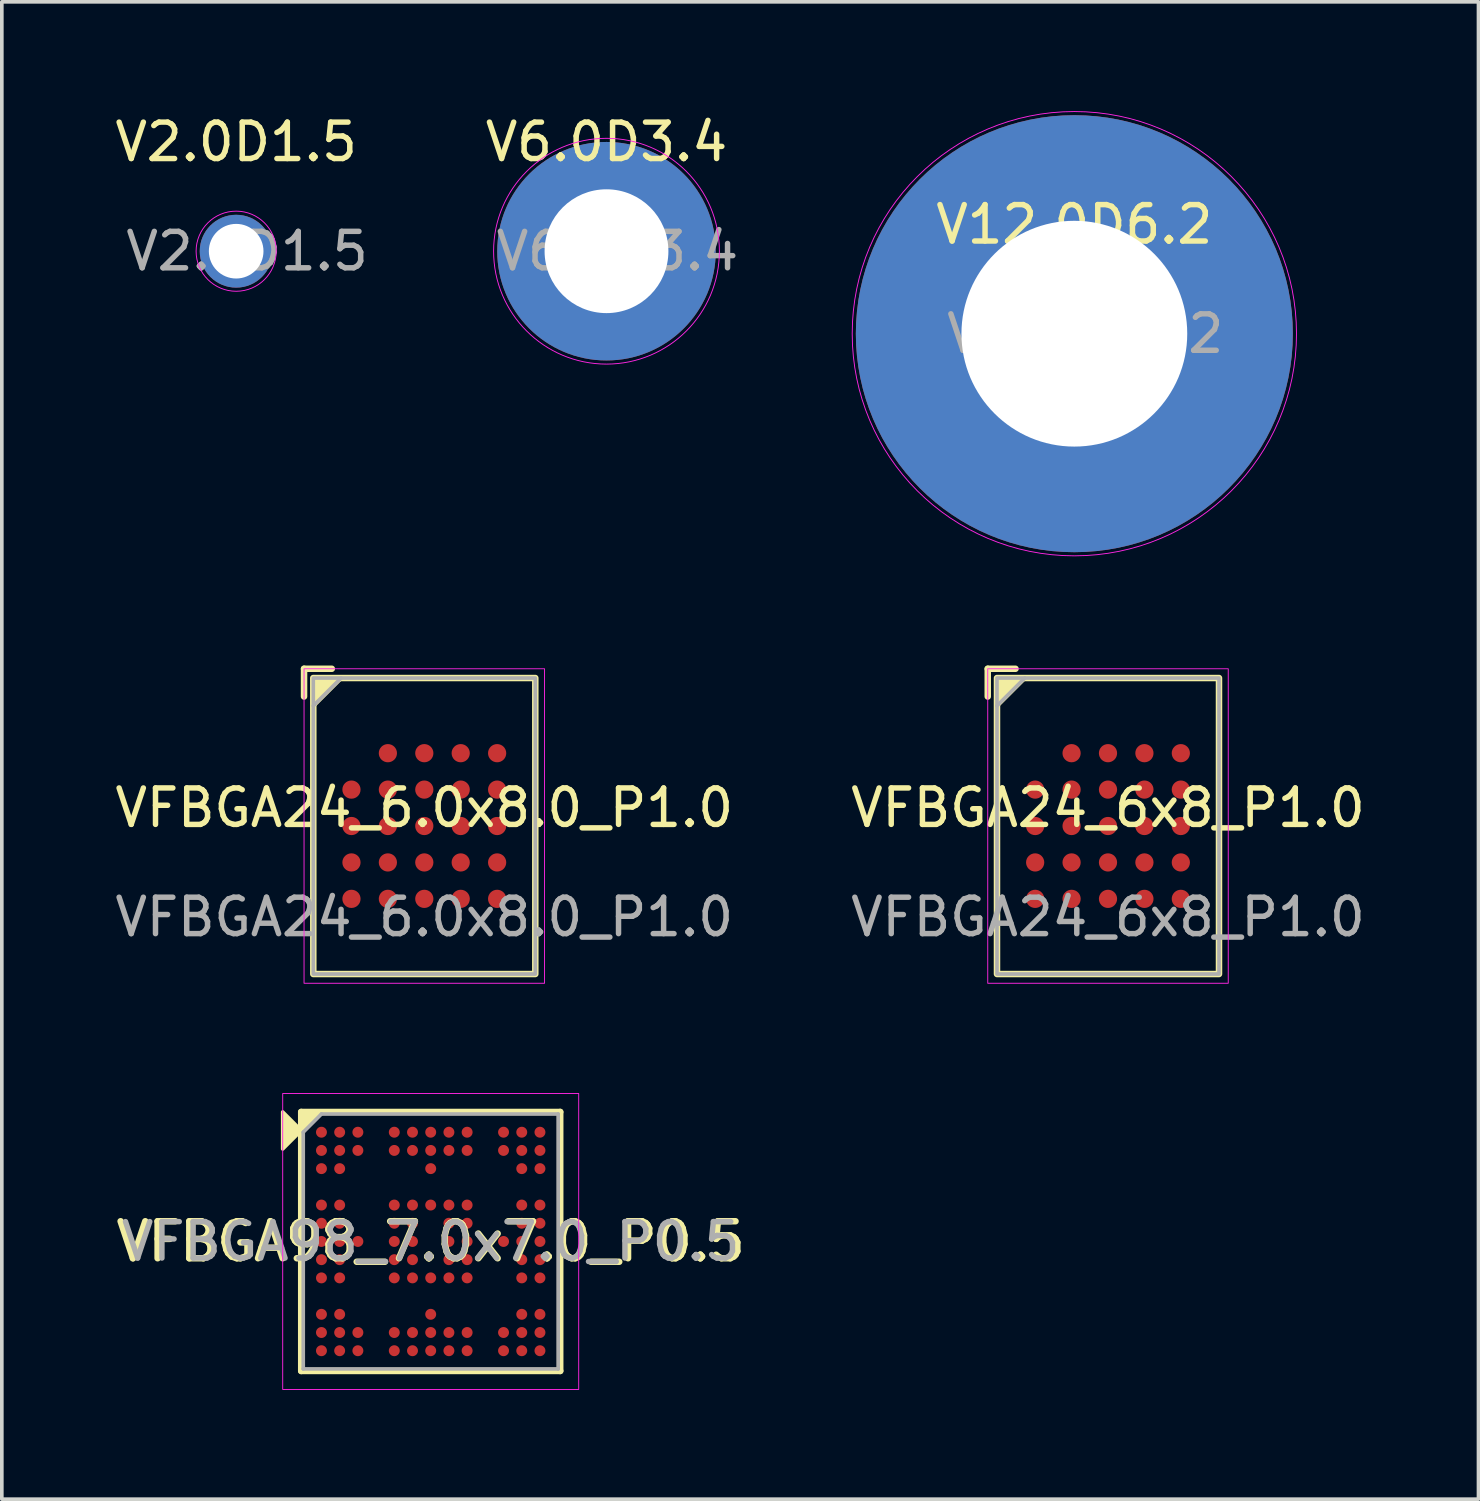
<source format=kicad_pcb>
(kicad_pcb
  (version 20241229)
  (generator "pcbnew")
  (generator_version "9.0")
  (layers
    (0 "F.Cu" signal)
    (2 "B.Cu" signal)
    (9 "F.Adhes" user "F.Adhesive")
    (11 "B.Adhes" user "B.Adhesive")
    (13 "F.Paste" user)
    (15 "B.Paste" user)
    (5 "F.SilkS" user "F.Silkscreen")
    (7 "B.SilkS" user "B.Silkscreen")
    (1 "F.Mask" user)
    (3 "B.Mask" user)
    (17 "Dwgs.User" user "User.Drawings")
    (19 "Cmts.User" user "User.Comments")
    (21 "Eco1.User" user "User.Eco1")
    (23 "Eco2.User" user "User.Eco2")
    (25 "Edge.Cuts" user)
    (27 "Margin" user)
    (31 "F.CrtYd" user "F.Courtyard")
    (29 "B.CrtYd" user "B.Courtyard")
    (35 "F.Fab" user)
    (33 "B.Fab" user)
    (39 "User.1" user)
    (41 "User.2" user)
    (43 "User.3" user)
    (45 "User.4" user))
  (footprint "V12.0D6.2"
    (layer "F.Cu")
    (at 26.451 6.113)
    (property "Reference" "V12.0D6.2" (at 0 -3 0) (layer "F.SilkS") (effects (font (size 1 1) (thickness 0.15))))
    (attr exclude_from_pos_files exclude_from_bom)
    (fp_circle (center 0 0) (end 6.1 0) (stroke (width 0.025) (type solid)) (fill no) (layer "F.CrtYd"))
    (fp_text user "${REFERENCE}" (at 0.3 0 0) (layer "F.Fab") (effects (font (size 1 1) (thickness 0.15))))
    (pad "1" thru_hole circle (at 0 0) (size 12 12) (drill 6.2) (layers "*.Cu" "*.Mask")))
  (footprint "V6.0D3.4"
    (layer "F.Cu")
    (at 13.604 3.848)
    (property "Reference" "V6.0D3.4" (at 0 -3 0) (layer "F.SilkS") (effects (font (size 1 1) (thickness 0.15))))
    (attr exclude_from_pos_files exclude_from_bom)
    (fp_circle (center 0 0) (end 3.1 0) (stroke (width 0.025) (type solid)) (fill no) (layer "F.CrtYd"))
    (fp_text user "${REFERENCE}" (at 0.3 0 0) (layer "F.Fab") (effects (font (size 1 1) (thickness 0.15))))
    (pad "1" thru_hole circle (at 0 0) (size 6 6) (drill 3.4) (layers "*.Cu" "*.Mask")))
  (footprint "VFBGA98_7.0x7.0_P0.5"
    (layer "F.Cu")
    (at 8.777 31.04)
    (property "Reference" "VFBGA98_7.0x7.0_P0.5" (at 0 0 0) (layer "F.SilkS") (effects (font (size 1.016 1.016) (thickness 0.178))))
    (attr smd)
    (fp_line (start -3.556 3.556) (end -3.556 -3.556) (stroke (width 0.178) (type solid)) (layer "F.SilkS"))
    (fp_line (start -3.556 3.556) (end 3.556 3.556) (stroke (width 0.178) (type solid)) (layer "F.SilkS"))
    (fp_line (start 3.556 -3.556) (end -3.556 -3.556) (stroke (width 0.178) (type solid)) (layer "F.SilkS"))
    (fp_line (start 3.556 -3.556) (end 3.556 3.556) (stroke (width 0.178) (type solid)) (layer "F.SilkS"))
    (fp_poly (pts (xy -3.556 -3.048) (xy -4.064 -2.54) (xy -4.064 -3.556)) (stroke (width 0.1) (type solid)) (fill yes) (layer "F.SilkS"))
    (fp_poly (pts (xy -3.556 -3.048) (xy -3.556 -3.556) (xy -3.048 -3.556)) (stroke (width 0.1) (type solid)) (fill yes) (layer "F.SilkS"))
    (fp_rect (start -4.064 -4.064) (end 4.064 4.064) (stroke (width 0.025) (type solid)) (fill no) (layer "F.CrtYd"))
    (fp_line (start -3.5 -3) (end -3.5 3.5) (stroke (width 0.1) (type solid)) (layer "F.Fab"))
    (fp_line (start -3.5 -3) (end -3 -3.5) (stroke (width 0.1) (type solid)) (layer "F.Fab"))
    (fp_line (start -3.5 3.5) (end 3.5 3.5) (stroke (width 0.1) (type solid)) (layer "F.Fab"))
    (fp_line (start -3 -3.5) (end 3.5 -3.5) (stroke (width 0.1) (type solid)) (layer "F.Fab"))
    (fp_line (start 3.5 -3.5) (end 3.5 3.5) (stroke (width 0.1) (type solid)) (layer "F.Fab"))
    (fp_text user "${REFERENCE}" (at 0 0 0) (layer "F.Fab") (effects (font (size 1 1) (thickness 0.15))))
    (pad "A1" smd circle (at -3 -3) (size 0.3 0.3) (layers "F.Cu" "F.Mask" "F.Paste"))
    (pad "A2" smd circle (at -2.5 -3) (size 0.3 0.3) (layers "F.Cu" "F.Mask" "F.Paste"))
    (pad "A3" smd circle (at -2 -3) (size 0.3 0.3) (layers "F.Cu" "F.Mask" "F.Paste"))
    (pad "A5" smd circle (at -1 -3) (size 0.3 0.3) (layers "F.Cu" "F.Mask" "F.Paste"))
    (pad "A6" smd circle (at -0.5 -3) (size 0.3 0.3) (layers "F.Cu" "F.Mask" "F.Paste"))
    (pad "A7" smd circle (at 0 -3) (size 0.3 0.3) (layers "F.Cu" "F.Mask" "F.Paste"))
    (pad "A8" smd circle (at 0.5 -3) (size 0.3 0.3) (layers "F.Cu" "F.Mask" "F.Paste"))
    (pad "A9" smd circle (at 1 -3) (size 0.3 0.3) (layers "F.Cu" "F.Mask" "F.Paste"))
    (pad "A11" smd circle (at 2 -3) (size 0.3 0.3) (layers "F.Cu" "F.Mask" "F.Paste"))
    (pad "A12" smd circle (at 2.5 -3) (size 0.3 0.3) (layers "F.Cu" "F.Mask" "F.Paste"))
    (pad "A13" smd circle (at 3 -3) (size 0.3 0.3) (layers "F.Cu" "F.Mask" "F.Paste"))
    (pad "B1" smd circle (at -3 -2.5) (size 0.3 0.3) (layers "F.Cu" "F.Mask" "F.Paste"))
    (pad "B2" smd circle (at -2.5 -2.5) (size 0.3 0.3) (layers "F.Cu" "F.Mask" "F.Paste"))
    (pad "B3" smd circle (at -2 -2.5) (size 0.3 0.3) (layers "F.Cu" "F.Mask" "F.Paste"))
    (pad "B5" smd circle (at -1 -2.5) (size 0.3 0.3) (layers "F.Cu" "F.Mask" "F.Paste"))
    (pad "B6" smd circle (at -0.5 -2.5) (size 0.3 0.3) (layers "F.Cu" "F.Mask" "F.Paste"))
    (pad "B7" smd circle (at 0 -2.5) (size 0.3 0.3) (layers "F.Cu" "F.Mask" "F.Paste"))
    (pad "B8" smd circle (at 0.5 -2.5) (size 0.3 0.3) (layers "F.Cu" "F.Mask" "F.Paste"))
    (pad "B9" smd circle (at 1 -2.5) (size 0.3 0.3) (layers "F.Cu" "F.Mask" "F.Paste"))
    (pad "B11" smd circle (at 2 -2.5) (size 0.3 0.3) (layers "F.Cu" "F.Mask" "F.Paste"))
    (pad "B12" smd circle (at 2.5 -2.5) (size 0.3 0.3) (layers "F.Cu" "F.Mask" "F.Paste"))
    (pad "B13" smd circle (at 3 -2.5) (size 0.3 0.3) (layers "F.Cu" "F.Mask" "F.Paste"))
    (pad "C1" smd circle (at -3 -2) (size 0.3 0.3) (layers "F.Cu" "F.Mask" "F.Paste"))
    (pad "C2" smd circle (at -2.5 -2) (size 0.3 0.3) (layers "F.Cu" "F.Mask" "F.Paste"))
    (pad "C7" smd circle (at 0 -2) (size 0.3 0.3) (layers "F.Cu" "F.Mask" "F.Paste"))
    (pad "C12" smd circle (at 2.5 -2) (size 0.3 0.3) (layers "F.Cu" "F.Mask" "F.Paste"))
    (pad "C13" smd circle (at 3 -2) (size 0.3 0.3) (layers "F.Cu" "F.Mask" "F.Paste"))
    (pad "E1" smd circle (at -3 -1) (size 0.3 0.3) (layers "F.Cu" "F.Mask" "F.Paste"))
    (pad "E2" smd circle (at -2.5 -1) (size 0.3 0.3) (layers "F.Cu" "F.Mask" "F.Paste"))
    (pad "E5" smd circle (at -1 -1) (size 0.3 0.3) (layers "F.Cu" "F.Mask" "F.Paste"))
    (pad "E6" smd circle (at -0.5 -1) (size 0.3 0.3) (layers "F.Cu" "F.Mask" "F.Paste"))
    (pad "E7" smd circle (at 0 -1) (size 0.3 0.3) (layers "F.Cu" "F.Mask" "F.Paste"))
    (pad "E8" smd circle (at 0.5 -1) (size 0.3 0.3) (layers "F.Cu" "F.Mask" "F.Paste"))
    (pad "E9" smd circle (at 1 -1) (size 0.3 0.3) (layers "F.Cu" "F.Mask" "F.Paste"))
    (pad "E12" smd circle (at 2.5 -1) (size 0.3 0.3) (layers "F.Cu" "F.Mask" "F.Paste"))
    (pad "E13" smd circle (at 3 -1) (size 0.3 0.3) (layers "F.Cu" "F.Mask" "F.Paste"))
    (pad "F1" smd circle (at -3 -0.5) (size 0.3 0.3) (layers "F.Cu" "F.Mask" "F.Paste"))
    (pad "F2" smd circle (at -2.5 -0.5) (size 0.3 0.3) (layers "F.Cu" "F.Mask" "F.Paste"))
    (pad "F5" smd circle (at -1 -0.5) (size 0.3 0.3) (layers "F.Cu" "F.Mask" "F.Paste"))
    (pad "F6" smd circle (at -0.5 -0.5) (size 0.3 0.3) (layers "F.Cu" "F.Mask" "F.Paste"))
    (pad "F8" smd circle (at 0.5 -0.5) (size 0.3 0.3) (layers "F.Cu" "F.Mask" "F.Paste"))
    (pad "F9" smd circle (at 1 -0.5) (size 0.3 0.3) (layers "F.Cu" "F.Mask" "F.Paste"))
    (pad "F12" smd circle (at 2.5 -0.5) (size 0.3 0.3) (layers "F.Cu" "F.Mask" "F.Paste"))
    (pad "F13" smd circle (at 3 -0.5) (size 0.3 0.3) (layers "F.Cu" "F.Mask" "F.Paste"))
    (pad "G1" smd circle (at -3 0) (size 0.3 0.3) (layers "F.Cu" "F.Mask" "F.Paste"))
    (pad "G2" smd circle (at -2.5 0) (size 0.3 0.3) (layers "F.Cu" "F.Mask" "F.Paste"))
    (pad "G3" smd circle (at -2 0) (size 0.3 0.3) (layers "F.Cu" "F.Mask" "F.Paste"))
    (pad "G5" smd circle (at -1 0) (size 0.3 0.3) (layers "F.Cu" "F.Mask" "F.Paste"))
    (pad "G6" smd circle (at -0.5 0) (size 0.3 0.3) (layers "F.Cu" "F.Mask" "F.Paste"))
    (pad "G8" smd circle (at 0.5 0) (size 0.3 0.3) (layers "F.Cu" "F.Mask" "F.Paste"))
    (pad "G9" smd circle (at 1 0) (size 0.3 0.3) (layers "F.Cu" "F.Mask" "F.Paste"))
    (pad "G11" smd circle (at 2 0) (size 0.3 0.3) (layers "F.Cu" "F.Mask" "F.Paste"))
    (pad "G12" smd circle (at 2.5 0) (size 0.3 0.3) (layers "F.Cu" "F.Mask" "F.Paste"))
    (pad "G13" smd circle (at 3 0) (size 0.3 0.3) (layers "F.Cu" "F.Mask" "F.Paste"))
    (pad "H1" smd circle (at -3 0.5) (size 0.3 0.3) (layers "F.Cu" "F.Mask" "F.Paste"))
    (pad "H2" smd circle (at -2.5 0.5) (size 0.3 0.3) (layers "F.Cu" "F.Mask" "F.Paste"))
    (pad "H5" smd circle (at -1 0.5) (size 0.3 0.3) (layers "F.Cu" "F.Mask" "F.Paste"))
    (pad "H6" smd circle (at -0.5 0.5) (size 0.3 0.3) (layers "F.Cu" "F.Mask" "F.Paste"))
    (pad "H8" smd circle (at 0.5 0.5) (size 0.3 0.3) (layers "F.Cu" "F.Mask" "F.Paste"))
    (pad "H9" smd circle (at 1 0.5) (size 0.3 0.3) (layers "F.Cu" "F.Mask" "F.Paste"))
    (pad "H12" smd circle (at 2.5 0.5) (size 0.3 0.3) (layers "F.Cu" "F.Mask" "F.Paste"))
    (pad "H13" smd circle (at 3 0.5) (size 0.3 0.3) (layers "F.Cu" "F.Mask" "F.Paste"))
    (pad "J1" smd circle (at -3 1) (size 0.3 0.3) (layers "F.Cu" "F.Mask" "F.Paste"))
    (pad "J2" smd circle (at -2.5 1) (size 0.3 0.3) (layers "F.Cu" "F.Mask" "F.Paste"))
    (pad "J5" smd circle (at -1 1) (size 0.3 0.3) (layers "F.Cu" "F.Mask" "F.Paste"))
    (pad "J6" smd circle (at -0.5 1) (size 0.3 0.3) (layers "F.Cu" "F.Mask" "F.Paste"))
    (pad "J7" smd circle (at 0 1) (size 0.3 0.3) (layers "F.Cu" "F.Mask" "F.Paste"))
    (pad "J8" smd circle (at 0.5 1) (size 0.3 0.3) (layers "F.Cu" "F.Mask" "F.Paste"))
    (pad "J9" smd circle (at 1 1) (size 0.3 0.3) (layers "F.Cu" "F.Mask" "F.Paste"))
    (pad "J12" smd circle (at 2.5 1) (size 0.3 0.3) (layers "F.Cu" "F.Mask" "F.Paste"))
    (pad "J13" smd circle (at 3 1) (size 0.3 0.3) (layers "F.Cu" "F.Mask" "F.Paste"))
    (pad "L1" smd circle (at -3 2) (size 0.3 0.3) (layers "F.Cu" "F.Mask" "F.Paste"))
    (pad "L2" smd circle (at -2.5 2) (size 0.3 0.3) (layers "F.Cu" "F.Mask" "F.Paste"))
    (pad "L7" smd circle (at 0 2) (size 0.3 0.3) (layers "F.Cu" "F.Mask" "F.Paste"))
    (pad "L12" smd circle (at 2.5 2) (size 0.3 0.3) (layers "F.Cu" "F.Mask" "F.Paste"))
    (pad "L13" smd circle (at 3 2) (size 0.3 0.3) (layers "F.Cu" "F.Mask" "F.Paste"))
    (pad "M1" smd circle (at -3 2.5) (size 0.3 0.3) (layers "F.Cu" "F.Mask" "F.Paste"))
    (pad "M2" smd circle (at -2.5 2.5) (size 0.3 0.3) (layers "F.Cu" "F.Mask" "F.Paste"))
    (pad "M3" smd circle (at -2 2.5) (size 0.3 0.3) (layers "F.Cu" "F.Mask" "F.Paste"))
    (pad "M5" smd circle (at -1 2.5) (size 0.3 0.3) (layers "F.Cu" "F.Mask" "F.Paste"))
    (pad "M6" smd circle (at -0.5 2.5) (size 0.3 0.3) (layers "F.Cu" "F.Mask" "F.Paste"))
    (pad "M7" smd circle (at 0 2.5) (size 0.3 0.3) (layers "F.Cu" "F.Mask" "F.Paste"))
    (pad "M8" smd circle (at 0.5 2.5) (size 0.3 0.3) (layers "F.Cu" "F.Mask" "F.Paste"))
    (pad "M9" smd circle (at 1 2.5) (size 0.3 0.3) (layers "F.Cu" "F.Mask" "F.Paste"))
    (pad "M11" smd circle (at 2 2.5) (size 0.3 0.3) (layers "F.Cu" "F.Mask" "F.Paste"))
    (pad "M12" smd circle (at 2.5 2.5) (size 0.3 0.3) (layers "F.Cu" "F.Mask" "F.Paste"))
    (pad "M13" smd circle (at 3 2.5) (size 0.3 0.3) (layers "F.Cu" "F.Mask" "F.Paste"))
    (pad "N1" smd circle (at -3 3) (size 0.3 0.3) (layers "F.Cu" "F.Mask" "F.Paste"))
    (pad "N2" smd circle (at -2.5 3) (size 0.3 0.3) (layers "F.Cu" "F.Mask" "F.Paste"))
    (pad "N3" smd circle (at -2 3) (size 0.3 0.3) (layers "F.Cu" "F.Mask" "F.Paste"))
    (pad "N5" smd circle (at -1 3) (size 0.3 0.3) (layers "F.Cu" "F.Mask" "F.Paste"))
    (pad "N6" smd circle (at -0.5 3) (size 0.3 0.3) (layers "F.Cu" "F.Mask" "F.Paste"))
    (pad "N7" smd circle (at 0 3) (size 0.3 0.3) (layers "F.Cu" "F.Mask" "F.Paste"))
    (pad "N8" smd circle (at 0.5 3) (size 0.3 0.3) (layers "F.Cu" "F.Mask" "F.Paste"))
    (pad "N9" smd circle (at 1 3) (size 0.3 0.3) (layers "F.Cu" "F.Mask" "F.Paste"))
    (pad "N11" smd circle (at 2 3) (size 0.3 0.3) (layers "F.Cu" "F.Mask" "F.Paste"))
    (pad "N12" smd circle (at 2.5 3) (size 0.3 0.3) (layers "F.Cu" "F.Mask" "F.Paste"))
    (pad "N13" smd circle (at 3 3) (size 0.3 0.3) (layers "F.Cu" "F.Mask" "F.Paste")))
  (footprint "V2.0D1.5"
    (layer "F.Cu")
    (at 3.435 3.848)
    (property "Reference" "V2.0D1.5" (at 0 -3 0) (layer "F.SilkS") (effects (font (size 1 1) (thickness 0.15))))
    (attr exclude_from_pos_files exclude_from_bom)
    (fp_circle (center 0 0) (end 1.1 0) (stroke (width 0.025) (type solid)) (fill no) (layer "F.CrtYd"))
    (fp_text user "${REFERENCE}" (at 0.3 0 0) (layer "F.Fab") (effects (font (size 1 1) (thickness 0.15))))
    (pad "1" thru_hole circle (at 0 0) (size 2 2) (drill 1.5) (layers "*.Cu" "*.Mask")))
  (footprint "VFBGA24_6.0x8.0_P1.0"
    (layer "F.Cu")
    (at 8.601 19.632)
    (property "Reference" "VFBGA24_6.0x8.0_P1.0" (at 0 -0.5 0) (unlocked yes) (layer "F.SilkS") (effects (font (size 1 1) (thickness 0.15))))
    (fp_line (start -3.302 -3.556) (end -3.302 -4.318) (stroke (width 0.178) (type solid)) (layer "F.SilkS"))
    (fp_line (start -2.54 -4.318) (end -3.302 -4.318) (stroke (width 0.178) (type solid)) (layer "F.SilkS"))
    (fp_rect (start -3.048 4.064) (end 3.048 -4.064) (stroke (width 0.178) (type solid)) (fill no) (layer "F.SilkS"))
    (fp_poly (pts (xy -3.048 -3.302) (xy -3.048 -4.064) (xy -2.286 -4.064)) (stroke (width 0.12) (type solid)) (fill yes) (layer "F.SilkS"))
    (fp_rect (start -3.302 4.318) (end 3.302 -4.318) (stroke (width 0.025) (type solid)) (fill no) (layer "F.CrtYd"))
    (fp_line (start -3.048 -3.302) (end -2.286 -4.064) (stroke (width 0.1) (type solid)) (layer "F.Fab"))
    (fp_rect (start -3.048 -4.064) (end 3.048 4.064) (stroke (width 0.1) (type solid)) (fill no) (layer "F.Fab"))
    (fp_text user "${REFERENCE}" (at 0 2.5 0) (unlocked yes) (layer "F.Fab") (effects (font (size 1 1) (thickness 0.15))))
    (pad "A2" smd circle (at -1 -2) (size 0.5 0.5) (layers "F.Cu" "F.Mask" "F.Paste"))
    (pad "A3" smd circle (at 0 -2) (size 0.5 0.5) (layers "F.Cu" "F.Mask" "F.Paste"))
    (pad "A4" smd circle (at 1 -2) (size 0.5 0.5) (layers "F.Cu" "F.Mask" "F.Paste"))
    (pad "A5" smd circle (at 2 -2) (size 0.5 0.5) (layers "F.Cu" "F.Mask" "F.Paste"))
    (pad "B1" smd circle (at -2 -1) (size 0.5 0.5) (layers "F.Cu" "F.Mask" "F.Paste"))
    (pad "B2" smd circle (at -1 -1) (size 0.5 0.5) (layers "F.Cu" "F.Mask" "F.Paste"))
    (pad "B3" smd circle (at 0 -1) (size 0.5 0.5) (layers "F.Cu" "F.Mask" "F.Paste"))
    (pad "B4" smd circle (at 1 -1) (size 0.5 0.5) (layers "F.Cu" "F.Mask" "F.Paste"))
    (pad "B5" smd circle (at 2 -1) (size 0.5 0.5) (layers "F.Cu" "F.Mask" "F.Paste"))
    (pad "C1" smd circle (at -2 0) (size 0.5 0.5) (layers "F.Cu" "F.Mask" "F.Paste"))
    (pad "C2" smd circle (at -1 0) (size 0.5 0.5) (layers "F.Cu" "F.Mask" "F.Paste"))
    (pad "C3" smd circle (at 0 0) (size 0.5 0.5) (layers "F.Cu" "F.Mask" "F.Paste"))
    (pad "C4" smd circle (at 1 0) (size 0.5 0.5) (layers "F.Cu" "F.Mask" "F.Paste"))
    (pad "C5" smd circle (at 2 0) (size 0.5 0.5) (layers "F.Cu" "F.Mask" "F.Paste"))
    (pad "D1" smd circle (at -2 1) (size 0.5 0.5) (layers "F.Cu" "F.Mask" "F.Paste"))
    (pad "D2" smd circle (at -1 1) (size 0.5 0.5) (layers "F.Cu" "F.Mask" "F.Paste"))
    (pad "D3" smd circle (at 0 1) (size 0.5 0.5) (layers "F.Cu" "F.Mask" "F.Paste"))
    (pad "D4" smd circle (at 1 1) (size 0.5 0.5) (layers "F.Cu" "F.Mask" "F.Paste"))
    (pad "D5" smd circle (at 2 1) (size 0.5 0.5) (layers "F.Cu" "F.Mask" "F.Paste"))
    (pad "E1" smd circle (at -2 2) (size 0.5 0.5) (layers "F.Cu" "F.Mask" "F.Paste"))
    (pad "E2" smd circle (at -1 2) (size 0.5 0.5) (layers "F.Cu" "F.Mask" "F.Paste"))
    (pad "E3" smd circle (at 0 2) (size 0.5 0.5) (layers "F.Cu" "F.Mask" "F.Paste"))
    (pad "E4" smd circle (at 1 2) (size 0.5 0.5) (layers "F.Cu" "F.Mask" "F.Paste"))
    (pad "E5" smd circle (at 2 2) (size 0.5 0.5) (layers "F.Cu" "F.Mask" "F.Paste")))
  (footprint "VFBGA24_6x8_P1.0"
    (layer "F.Cu")
    (at 27.375 19.632)
    (property "Reference" "VFBGA24_6x8_P1.0" (at 0 -0.5 0) (unlocked yes) (layer "F.SilkS") (effects (font (size 1 1) (thickness 0.15))))
    (fp_line (start -3.302 -3.556) (end -3.302 -4.318) (stroke (width 0.178) (type solid)) (layer "F.SilkS"))
    (fp_line (start -2.54 -4.318) (end -3.302 -4.318) (stroke (width 0.178) (type solid)) (layer "F.SilkS"))
    (fp_rect (start -3.048 4.064) (end 3.048 -4.064) (stroke (width 0.178) (type solid)) (fill no) (layer "F.SilkS"))
    (fp_poly (pts (xy -3.048 -3.302) (xy -3.048 -4.064) (xy -2.286 -4.064)) (stroke (width 0.12) (type solid)) (fill yes) (layer "F.SilkS"))
    (fp_rect (start -3.302 4.318) (end 3.302 -4.318) (stroke (width 0.025) (type solid)) (fill no) (layer "F.CrtYd"))
    (fp_line (start -3.048 -3.302) (end -2.286 -4.064) (stroke (width 0.1) (type solid)) (layer "F.Fab"))
    (fp_rect (start -3.048 -4.064) (end 3.048 4.064) (stroke (width 0.1) (type solid)) (fill no) (layer "F.Fab"))
    (fp_text user "${REFERENCE}" (at 0 2.5 0) (unlocked yes) (layer "F.Fab") (effects (font (size 1 1) (thickness 0.15))))
    (pad "A2" smd circle (at -1 -2) (size 0.5 0.5) (layers "F.Cu" "F.Mask" "F.Paste"))
    (pad "A3" smd circle (at 0 -2) (size 0.5 0.5) (layers "F.Cu" "F.Mask" "F.Paste"))
    (pad "A4" smd circle (at 1 -2) (size 0.5 0.5) (layers "F.Cu" "F.Mask" "F.Paste"))
    (pad "A5" smd circle (at 2 -2) (size 0.5 0.5) (layers "F.Cu" "F.Mask" "F.Paste"))
    (pad "B1" smd circle (at -2 -1) (size 0.5 0.5) (layers "F.Cu" "F.Mask" "F.Paste"))
    (pad "B2" smd circle (at -1 -1) (size 0.5 0.5) (layers "F.Cu" "F.Mask" "F.Paste"))
    (pad "B3" smd circle (at 0 -1) (size 0.5 0.5) (layers "F.Cu" "F.Mask" "F.Paste"))
    (pad "B4" smd circle (at 1 -1) (size 0.5 0.5) (layers "F.Cu" "F.Mask" "F.Paste"))
    (pad "B5" smd circle (at 2 -1) (size 0.5 0.5) (layers "F.Cu" "F.Mask" "F.Paste"))
    (pad "C1" smd circle (at -2 0) (size 0.5 0.5) (layers "F.Cu" "F.Mask" "F.Paste"))
    (pad "C2" smd circle (at -1 0) (size 0.5 0.5) (layers "F.Cu" "F.Mask" "F.Paste"))
    (pad "C3" smd circle (at 0 0) (size 0.5 0.5) (layers "F.Cu" "F.Mask" "F.Paste"))
    (pad "C4" smd circle (at 1 0) (size 0.5 0.5) (layers "F.Cu" "F.Mask" "F.Paste"))
    (pad "C5" smd circle (at 2 0) (size 0.5 0.5) (layers "F.Cu" "F.Mask" "F.Paste"))
    (pad "D1" smd circle (at -2 1) (size 0.5 0.5) (layers "F.Cu" "F.Mask" "F.Paste"))
    (pad "D2" smd circle (at -1 1) (size 0.5 0.5) (layers "F.Cu" "F.Mask" "F.Paste"))
    (pad "D3" smd circle (at 0 1) (size 0.5 0.5) (layers "F.Cu" "F.Mask" "F.Paste"))
    (pad "D4" smd circle (at 1 1) (size 0.5 0.5) (layers "F.Cu" "F.Mask" "F.Paste"))
    (pad "D5" smd circle (at 2 1) (size 0.5 0.5) (layers "F.Cu" "F.Mask" "F.Paste"))
    (pad "E1" smd circle (at -2 2) (size 0.5 0.5) (layers "F.Cu" "F.Mask" "F.Paste"))
    (pad "E2" smd circle (at -1 2) (size 0.5 0.5) (layers "F.Cu" "F.Mask" "F.Paste"))
    (pad "E3" smd circle (at 0 2) (size 0.5 0.5) (layers "F.Cu" "F.Mask" "F.Paste"))
    (pad "E4" smd circle (at 1 2) (size 0.5 0.5) (layers "F.Cu" "F.Mask" "F.Paste"))
    (pad "E5" smd circle (at 2 2) (size 0.5 0.5) (layers "F.Cu" "F.Mask" "F.Paste")))
  (gr_rect
    (start -3 -3)
    (end 37.548 38.116)
    (stroke (width 0.1) (type default))
    (fill no)
    (layer "Edge.Cuts")))
</source>
